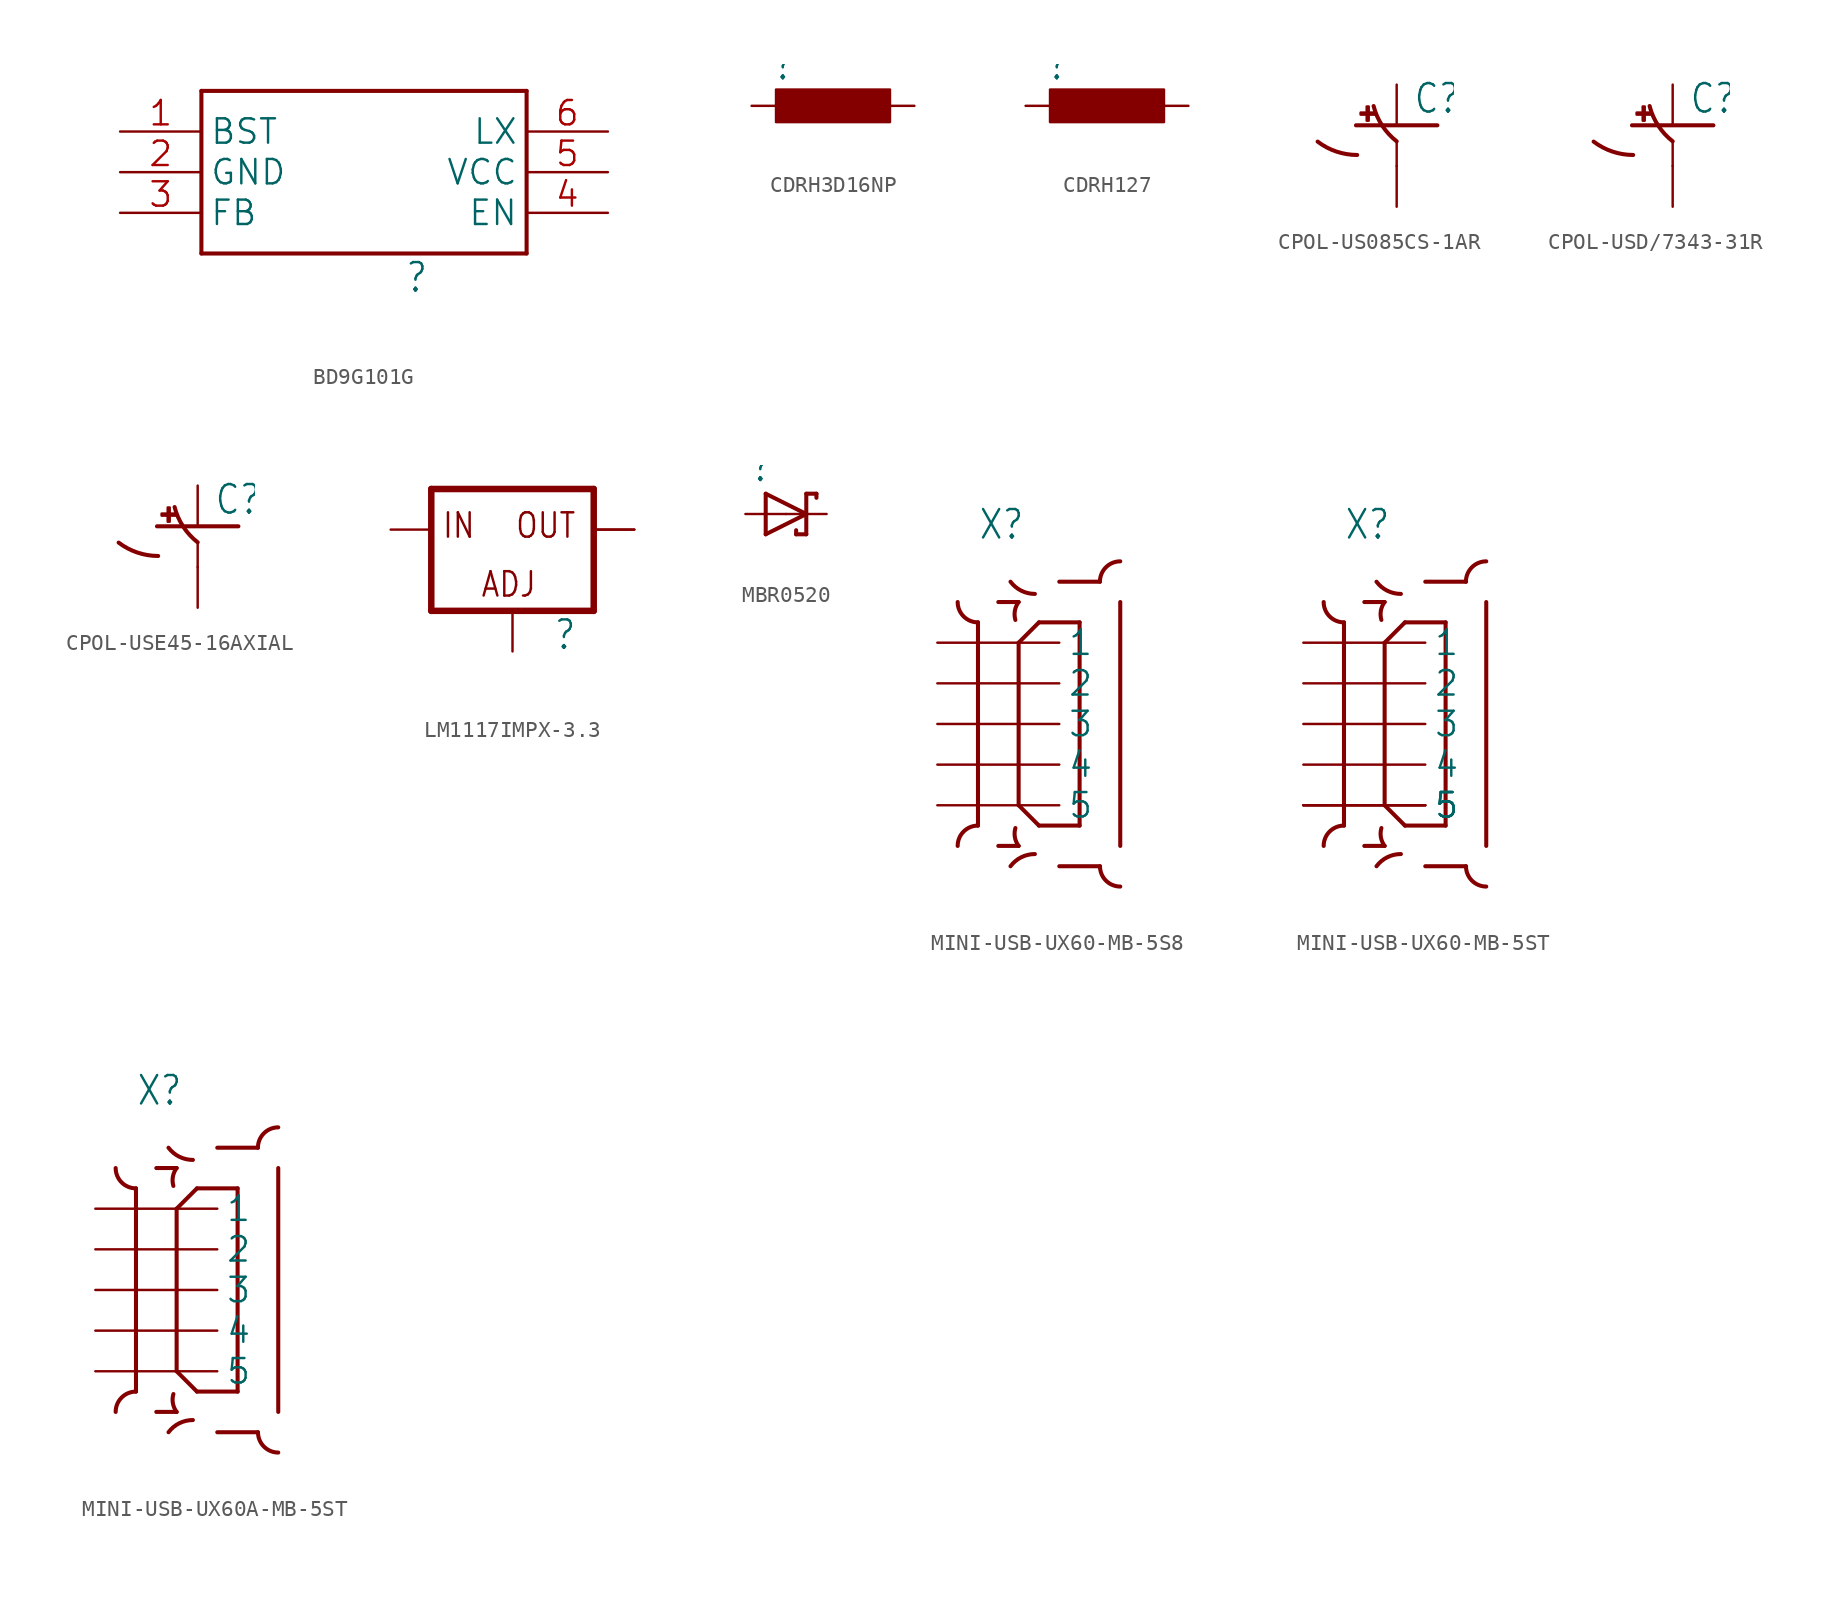
<source format=kicad_sym>
(kicad_symbol_lib
  (version 20241209)
  (generator "kicad_symbol_editor")
  (generator_version "9.0")
  (symbol "BD9G101G"
    (property "Reference" ""
      (at 2.54 -7.62 0)
      (effects (font (size 1.778 1.511)) (justify left bottom)))
    (property "Value" ""
      (at 2.54 -10.16 0)
      (effects (font (size 1.778 1.511)) (justify left bottom)))
    (property "ki_locked" ""
      (at 0 0 0)
      (effects (font (size 1.27 1.27))))
    (symbol "BD9G101G_1_0"
      (polyline (pts (xy -10.16 5.08) (xy 10.16 5.08)) (stroke (width 0.254) (type solid)) (fill (type none)))
      (polyline (pts (xy -10.16 -5.08) (xy -10.16 5.08)) (stroke (width 0.254) (type solid)) (fill (type none)))
      (polyline (pts (xy 10.16 5.08) (xy 10.16 -5.08)) (stroke (width 0.254) (type solid)) (fill (type none)))
      (polyline (pts (xy 10.16 -5.08) (xy -10.16 -5.08)) (stroke (width 0.254) (type solid)) (fill (type none)))
      (pin input line (at -15.24 2.54 0) (length 5.08) (name "BST" (effects (font (size 1.524 1.524)))) (number "1" (effects (font (size 1.524 1.524)))))
      (pin power_in line (at -15.24 0 0) (length 5.08) (name "GND" (effects (font (size 1.524 1.524)))) (number "2" (effects (font (size 1.524 1.524)))))
      (pin input line (at -15.24 -2.54 0) (length 5.08) (name "FB" (effects (font (size 1.524 1.524)))) (number "3" (effects (font (size 1.524 1.524)))))
      (pin output line (at 15.24 2.54 180) (length 5.08) (name "LX" (effects (font (size 1.524 1.524)))) (number "6" (effects (font (size 1.524 1.524)))))
      (pin power_in line (at 15.24 0 180) (length 5.08) (name "VCC" (effects (font (size 1.524 1.524)))) (number "5" (effects (font (size 1.524 1.524)))))
      (pin input line (at 15.24 -2.54 180) (length 5.08) (name "EN" (effects (font (size 1.524 1.524)))) (number "4" (effects (font (size 1.524 1.524)))))))
  (symbol "CDRH3D16NP"
    (property "Reference" ""
      (at -3.81 1.499 0)
      (effects (font (size 1.778 1.511)) (justify left bottom)))
    (property "Value" ""
      (at -3.81 -3.302 0)
      (effects (font (size 1.778 1.511)) (justify left bottom)))
    (property "ki_locked" ""
      (at 0 0 0)
      (effects (font (size 1.27 1.27))))
    (symbol "CDRH3D16NP_1_0"
      (rectangle (start -3.556 -1.016) (end 3.556 1.016) (stroke (width 0) (type default)) (fill (type outline)))
      (pin passive line (at -5.08 0 0) (length 2.54) (name "1" (effects (font (size 0 0)))) (number "P$1" (effects (font (size 0 0)))))
      (pin passive line (at 5.08 0 180) (length 2.54) (name "2" (effects (font (size 0 0)))) (number "P$2" (effects (font (size 0 0)))))))
  (symbol "CDRH127"
    (property "Reference" ""
      (at -3.81 1.499 0)
      (effects (font (size 1.778 1.511)) (justify left bottom)))
    (property "Value" ""
      (at -3.81 -3.302 0)
      (effects (font (size 1.778 1.511)) (justify left bottom)))
    (property "ki_locked" ""
      (at 0 0 0)
      (effects (font (size 1.27 1.27))))
    (symbol "CDRH127_1_0"
      (rectangle (start -3.556 -1.016) (end 3.556 1.016) (stroke (width 0) (type default)) (fill (type outline)))
      (pin passive line (at -5.08 0 0) (length 2.54) (name "1" (effects (font (size 0 0)))) (number "P$1" (effects (font (size 0 0)))))
      (pin passive line (at 5.08 0 180) (length 2.54) (name "2" (effects (font (size 0 0)))) (number "P$2" (effects (font (size 0 0)))))))
  (symbol "CPOL-US085CS-1AR"
    (property "Reference" "C"
      (at 1.016 0.635 0)
      (effects (font (size 1.778 1.511)) (justify left bottom)))
    (property "Value" ""
      (at 1.016 -4.191 0)
      (effects (font (size 1.778 1.511)) (justify left bottom)))
    (property "ki_locked" ""
      (at 0 0 0)
      (effects (font (size 1.27 1.27))))
    (symbol "CPOL-US085CS-1AR_1_0"
      (polyline (pts (xy -2.54 0) (xy 2.54 0)) (stroke (width 0.254) (type solid)) (fill (type none)))
      (arc (start -2.4669 -1.8504) (mid -3.7689 -1.6361) (end -4.9337 -1.0159) (stroke (width 0.254) (type solid)) (fill (type none)))
      (rectangle (start -2.253 0.668) (end -1.364 0.795) (stroke (width 0) (type default)) (fill (type outline)))
      (rectangle (start -1.872 0.287) (end -1.745 1.176) (stroke (width 0) (type default)) (fill (type outline)))
      (polyline (pts (xy 0 -1.016) (xy 0 -2.54)) (stroke (width 0.152) (type solid)) (fill (type none)))
      (arc (start 0 -1) (mid -0.9038 -0.0189) (end -1.4403 1.2025) (stroke (width 0.254) (type solid)) (fill (type none)))
      (pin passive line (at 0 2.54 270) (length 2.54) (name "+" (effects (font (size 0 0)))) (number "+" (effects (font (size 0 0)))))
      (pin passive line (at 0 -5.08 90) (length 2.54) (name "-" (effects (font (size 0 0)))) (number "-" (effects (font (size 0 0)))))))
  (symbol "CPOL-USD/7343-31R"
    (property "Reference" "C"
      (at 1.016 0.635 0)
      (effects (font (size 1.778 1.511)) (justify left bottom)))
    (property "Value" ""
      (at 1.016 -4.191 0)
      (effects (font (size 1.778 1.511)) (justify left bottom)))
    (property "ki_locked" ""
      (at 0 0 0)
      (effects (font (size 1.27 1.27))))
    (symbol "CPOL-USD/7343-31R_1_0"
      (polyline (pts (xy -2.54 0) (xy 2.54 0)) (stroke (width 0.254) (type solid)) (fill (type none)))
      (arc (start -2.4669 -1.8504) (mid -3.7689 -1.6361) (end -4.9337 -1.0159) (stroke (width 0.254) (type solid)) (fill (type none)))
      (rectangle (start -2.253 0.668) (end -1.364 0.795) (stroke (width 0) (type default)) (fill (type outline)))
      (rectangle (start -1.872 0.287) (end -1.745 1.176) (stroke (width 0) (type default)) (fill (type outline)))
      (polyline (pts (xy 0 -1.016) (xy 0 -2.54)) (stroke (width 0.152) (type solid)) (fill (type none)))
      (arc (start 0 -1) (mid -0.9038 -0.0189) (end -1.4403 1.2025) (stroke (width 0.254) (type solid)) (fill (type none)))
      (pin passive line (at 0 2.54 270) (length 2.54) (name "+" (effects (font (size 0 0)))) (number "+" (effects (font (size 0 0)))))
      (pin passive line (at 0 -5.08 90) (length 2.54) (name "-" (effects (font (size 0 0)))) (number "-" (effects (font (size 0 0)))))))
  (symbol "CPOL-USE45-16AXIAL"
    (property "Reference" "C"
      (at 1.016 0.635 0)
      (effects (font (size 1.778 1.511)) (justify left bottom)))
    (property "Value" ""
      (at 1.016 -4.191 0)
      (effects (font (size 1.778 1.511)) (justify left bottom)))
    (property "ki_locked" ""
      (at 0 0 0)
      (effects (font (size 1.27 1.27))))
    (symbol "CPOL-USE45-16AXIAL_1_0"
      (polyline (pts (xy -2.54 0) (xy 2.54 0)) (stroke (width 0.254) (type solid)) (fill (type none)))
      (arc (start -2.4669 -1.8504) (mid -3.7689 -1.6361) (end -4.9337 -1.0159) (stroke (width 0.254) (type solid)) (fill (type none)))
      (rectangle (start -2.253 0.668) (end -1.364 0.795) (stroke (width 0) (type default)) (fill (type outline)))
      (rectangle (start -1.872 0.287) (end -1.745 1.176) (stroke (width 0) (type default)) (fill (type outline)))
      (polyline (pts (xy 0 -1.016) (xy 0 -2.54)) (stroke (width 0.152) (type solid)) (fill (type none)))
      (arc (start 0 -1) (mid -0.9038 -0.0189) (end -1.4403 1.2025) (stroke (width 0.254) (type solid)) (fill (type none)))
      (pin passive line (at 0 2.54 270) (length 2.54) (name "+" (effects (font (size 0 0)))) (number "+" (effects (font (size 0 0)))))
      (pin passive line (at 0 -5.08 90) (length 2.54) (name "-" (effects (font (size 0 0)))) (number "-" (effects (font (size 0 0)))))))
  (symbol "LM1117IMPX-3.3"
    (property "Reference" ""
      (at 2.54 -7.62 0)
      (effects (font (size 1.778 1.511)) (justify left bottom)))
    (property "Value" ""
      (at 2.54 -10.16 0)
      (effects (font (size 1.778 1.511)) (justify left bottom)))
    (property "ki_locked" ""
      (at 0 0 0)
      (effects (font (size 1.27 1.27))))
    (symbol "LM1117IMPX-3.3_1_0"
      (polyline (pts (xy -5.08 2.54) (xy -5.08 -5.08)) (stroke (width 0.406) (type solid)) (fill (type none)))
      (polyline (pts (xy -5.08 -5.08) (xy 5.08 -5.08)) (stroke (width 0.406) (type solid)) (fill (type none)))
      (polyline (pts (xy 5.08 2.54) (xy -5.08 2.54)) (stroke (width 0.406) (type solid)) (fill (type none)))
      (polyline (pts (xy 5.08 -5.08) (xy 5.08 2.54)) (stroke (width 0.406) (type solid)) (fill (type none)))
      (text "IN" (at -4.445 -0.635 0) (effects (font (size 1.524 1.295)) (justify left bottom)))
      (text "ADJ" (at -2.032 -4.318 0) (effects (font (size 1.524 1.295)) (justify left bottom)))
      (text "OUT" (at 0.127 -0.635 0) (effects (font (size 1.524 1.295)) (justify left bottom)))
      (pin input line (at -7.62 0 0) (length 2.54) (name "IN" (effects (font (size 0 0)))) (number "3" (effects (font (size 0 0)))))
      (pin input line (at 0 -7.62 90) (length 2.54) (name "ADJ" (effects (font (size 0 0)))) (number "1" (effects (font (size 0 0)))))
      (pin passive line (at 7.62 0 180) (length 2.54) (name "OUT" (effects (font (size 0 0)))) (number "2" (effects (font (size 0 0)))))
      (pin passive line (at 7.62 0 180) (length 2.54) (name "OUT" (effects (font (size 0 0)))) (number "4" (effects (font (size 0 0)))))))
  (symbol "MBR0520"
    (property "Reference" ""
      (at -2.286 1.905 0)
      (effects (font (size 1.778 1.511)) (justify left bottom)))
    (property "Value" ""
      (at -2.286 -3.429 0)
      (effects (font (size 1.778 1.511)) (justify left bottom)))
    (property "ki_locked" ""
      (at 0 0 0)
      (effects (font (size 1.27 1.27))))
    (symbol "MBR0520_1_0"
      (polyline (pts (xy -1.27 1.27) (xy -1.27 -1.27)) (stroke (width 0.254) (type solid)) (fill (type none)))
      (polyline (pts (xy -1.27 -1.27) (xy 1.27 0)) (stroke (width 0.254) (type solid)) (fill (type none)))
      (polyline (pts (xy 0.635 -1.016) (xy 0.635 -1.27)) (stroke (width 0.254) (type solid)) (fill (type none)))
      (polyline (pts (xy 1.27 1.27) (xy 1.27 0)) (stroke (width 0.254) (type solid)) (fill (type none)))
      (polyline (pts (xy 1.27 0) (xy -1.27 1.27)) (stroke (width 0.254) (type solid)) (fill (type none)))
      (polyline (pts (xy 1.27 0) (xy 1.27 -1.27)) (stroke (width 0.254) (type solid)) (fill (type none)))
      (polyline (pts (xy 1.27 -1.27) (xy 0.635 -1.27)) (stroke (width 0.254) (type solid)) (fill (type none)))
      (polyline (pts (xy 1.905 1.27) (xy 1.27 1.27)) (stroke (width 0.254) (type solid)) (fill (type none)))
      (polyline (pts (xy 1.905 1.27) (xy 1.905 1.016)) (stroke (width 0.254) (type solid)) (fill (type none)))
      (pin passive line (at -2.54 0 0) (length 2.54) (name "A" (effects (font (size 0 0)))) (number "A" (effects (font (size 0 0)))))
      (pin passive line (at 2.54 0 180) (length 2.54) (name "C" (effects (font (size 0 0)))) (number "C" (effects (font (size 0 0)))))))
  (symbol "MINI-USB-UX60-MB-5S8"
    (property "Reference" "X"
      (at -2.54 11.43 0)
      (effects (font (size 1.778 1.511)) (justify left bottom)))
    (property "Value" ""
      (at 10.16 -7.62 90)
      (effects (font (size 1.778 1.511)) (justify left bottom)))
    (property "ki_locked" ""
      (at 0 0 0)
      (effects (font (size 1.27 1.27))))
    (symbol "MINI-USB-UX60-MB-5S8_1_0"
      (arc (start -2.54 6.35) (mid -3.438 6.722) (end -3.81 7.62) (stroke (width 0.254) (type solid)) (fill (type none)))
      (polyline (pts (xy -2.54 6.35) (xy -2.54 -6.35)) (stroke (width 0.254) (type solid)) (fill (type none)))
      (arc (start -3.81 -7.62) (mid -3.438 -6.722) (end -2.54 -6.35) (stroke (width 0.254) (type solid)) (fill (type none)))
      (polyline (pts (xy -1.27 7.62) (xy 0 7.62)) (stroke (width 0.254) (type solid)) (fill (type none)))
      (polyline (pts (xy -1.27 -7.62) (xy 0 -7.62)) (stroke (width 0.254) (type solid)) (fill (type none)))
      (polyline (pts (xy 0 5.08) (xy 0 -5.08)) (stroke (width 0.254) (type solid)) (fill (type none)))
      (polyline (pts (xy 0 -5.08) (xy 1.27 -6.35)) (stroke (width 0.254) (type solid)) (fill (type none)))
      (arc (start 1.016 8.128) (mid 0.1641 8.3291) (end -0.508 8.8899) (stroke (width 0.254) (type solid)) (fill (type none)))
      (arc (start -0.508 -8.8899) (mid 0.1641 -8.3291) (end 1.016 -8.128) (stroke (width 0.254) (type solid)) (fill (type none)))
      (arc (start -0.2033 6.5024) (mid -0.2336 7.0852) (end 0 7.62) (stroke (width 0.254) (type solid)) (fill (type none)))
      (arc (start 0 -7.62) (mid -0.2336 -7.0852) (end -0.2033 -6.5024) (stroke (width 0.254) (type solid)) (fill (type none)))
      (polyline (pts (xy 1.27 6.35) (xy 0 5.08)) (stroke (width 0.254) (type solid)) (fill (type none)))
      (polyline (pts (xy 1.27 -6.35) (xy 3.81 -6.35)) (stroke (width 0.254) (type solid)) (fill (type none)))
      (polyline (pts (xy 2.54 8.89) (xy 5.08 8.89)) (stroke (width 0.254) (type solid)) (fill (type none)))
      (polyline (pts (xy 2.54 -8.89) (xy 5.08 -8.89)) (stroke (width 0.254) (type solid)) (fill (type none)))
      (polyline (pts (xy 3.81 6.35) (xy 1.27 6.35)) (stroke (width 0.254) (type solid)) (fill (type none)))
      (polyline (pts (xy 3.81 -6.35) (xy 3.81 6.35)) (stroke (width 0.254) (type solid)) (fill (type none)))
      (arc (start 5.08 8.89) (mid 5.452 9.788) (end 6.35 10.16) (stroke (width 0.254) (type solid)) (fill (type none)))
      (polyline (pts (xy 6.35 -7.62) (xy 6.35 7.62)) (stroke (width 0.254) (type solid)) (fill (type none)))
      (arc (start 6.35 -10.16) (mid 5.452 -9.788) (end 5.08 -8.89) (stroke (width 0.254) (type solid)) (fill (type none)))
      (pin input line (at -5.08 5.08 0) (length 7.62) (name "1" (effects (font (size 1.524 1.524)))) (number "1" (effects (font (size 0 0)))))
      (pin input line (at -5.08 2.54 0) (length 7.62) (name "2" (effects (font (size 1.524 1.524)))) (number "2" (effects (font (size 0 0)))))
      (pin input line (at -5.08 0 0) (length 7.62) (name "3" (effects (font (size 1.524 1.524)))) (number "3" (effects (font (size 0 0)))))
      (pin input line (at -5.08 -2.54 0) (length 7.62) (name "4" (effects (font (size 1.524 1.524)))) (number "4" (effects (font (size 0 0)))))
      (pin input line (at -5.08 -5.08 0) (length 7.62) (name "5" (effects (font (size 1.524 1.524)))) (number "5" (effects (font (size 0 0)))))))
  (symbol "MINI-USB-UX60-MB-5ST"
    (property "Reference" "X"
      (at -2.54 11.43 0)
      (effects (font (size 1.778 1.511)) (justify left bottom)))
    (property "Value" ""
      (at 10.16 -7.62 90)
      (effects (font (size 1.778 1.511)) (justify left bottom)))
    (property "ki_locked" ""
      (at 0 0 0)
      (effects (font (size 1.27 1.27))))
    (symbol "MINI-USB-UX60-MB-5ST_1_0"
      (arc (start -2.54 6.35) (mid -3.438 6.722) (end -3.81 7.62) (stroke (width 0.254) (type solid)) (fill (type none)))
      (polyline (pts (xy -2.54 6.35) (xy -2.54 -6.35)) (stroke (width 0.254) (type solid)) (fill (type none)))
      (arc (start -3.81 -7.62) (mid -3.438 -6.722) (end -2.54 -6.35) (stroke (width 0.254) (type solid)) (fill (type none)))
      (polyline (pts (xy -1.27 7.62) (xy 0 7.62)) (stroke (width 0.254) (type solid)) (fill (type none)))
      (polyline (pts (xy -1.27 -7.62) (xy 0 -7.62)) (stroke (width 0.254) (type solid)) (fill (type none)))
      (polyline (pts (xy 0 5.08) (xy 0 -5.08)) (stroke (width 0.254) (type solid)) (fill (type none)))
      (polyline (pts (xy 0 -5.08) (xy 1.27 -6.35)) (stroke (width 0.254) (type solid)) (fill (type none)))
      (arc (start 1.016 8.128) (mid 0.1641 8.3291) (end -0.508 8.8899) (stroke (width 0.254) (type solid)) (fill (type none)))
      (arc (start -0.508 -8.8899) (mid 0.1641 -8.3291) (end 1.016 -8.128) (stroke (width 0.254) (type solid)) (fill (type none)))
      (arc (start -0.2033 6.5024) (mid -0.2336 7.0852) (end 0 7.62) (stroke (width 0.254) (type solid)) (fill (type none)))
      (arc (start 0 -7.62) (mid -0.2336 -7.0852) (end -0.2033 -6.5024) (stroke (width 0.254) (type solid)) (fill (type none)))
      (polyline (pts (xy 1.27 6.35) (xy 0 5.08)) (stroke (width 0.254) (type solid)) (fill (type none)))
      (polyline (pts (xy 1.27 -6.35) (xy 3.81 -6.35)) (stroke (width 0.254) (type solid)) (fill (type none)))
      (polyline (pts (xy 2.54 8.89) (xy 5.08 8.89)) (stroke (width 0.254) (type solid)) (fill (type none)))
      (polyline (pts (xy 2.54 -8.89) (xy 5.08 -8.89)) (stroke (width 0.254) (type solid)) (fill (type none)))
      (polyline (pts (xy 3.81 6.35) (xy 1.27 6.35)) (stroke (width 0.254) (type solid)) (fill (type none)))
      (polyline (pts (xy 3.81 -6.35) (xy 3.81 6.35)) (stroke (width 0.254) (type solid)) (fill (type none)))
      (arc (start 5.08 8.89) (mid 5.452 9.788) (end 6.35 10.16) (stroke (width 0.254) (type solid)) (fill (type none)))
      (polyline (pts (xy 6.35 -7.62) (xy 6.35 7.62)) (stroke (width 0.254) (type solid)) (fill (type none)))
      (arc (start 6.35 -10.16) (mid 5.452 -9.788) (end 5.08 -8.89) (stroke (width 0.254) (type solid)) (fill (type none)))
      (pin input line (at -5.08 5.08 0) (length 7.62) (name "1" (effects (font (size 1.524 1.524)))) (number "1" (effects (font (size 0 0)))))
      (pin input line (at -5.08 2.54 0) (length 7.62) (name "2" (effects (font (size 1.524 1.524)))) (number "2" (effects (font (size 0 0)))))
      (pin input line (at -5.08 0 0) (length 7.62) (name "3" (effects (font (size 1.524 1.524)))) (number "3" (effects (font (size 0 0)))))
      (pin input line (at -5.08 -2.54 0) (length 7.62) (name "4" (effects (font (size 1.524 1.524)))) (number "4" (effects (font (size 0 0)))))
      (pin input line (at -5.08 -5.08 0) (length 7.62) (name "5" (effects (font (size 1.524 1.524)))) (number "5" (effects (font (size 0 0)))))
      (pin input line (at -5.08 -5.08 0) (length 7.62) (name "5" (effects (font (size 1.524 1.524)))) (number "M1" (effects (font (size 0 0)))))
      (pin input line (at -5.08 -5.08 0) (length 7.62) (name "5" (effects (font (size 1.524 1.524)))) (number "M2" (effects (font (size 0 0)))))))
  (symbol "MINI-USB-UX60A-MB-5ST"
    (property "Reference" "X"
      (at -2.54 11.43 0)
      (effects (font (size 1.778 1.511)) (justify left bottom)))
    (property "Value" ""
      (at 10.16 -7.62 90)
      (effects (font (size 1.778 1.511)) (justify left bottom)))
    (property "ki_locked" ""
      (at 0 0 0)
      (effects (font (size 1.27 1.27))))
    (symbol "MINI-USB-UX60A-MB-5ST_1_0"
      (arc (start -2.54 6.35) (mid -3.438 6.722) (end -3.81 7.62) (stroke (width 0.254) (type solid)) (fill (type none)))
      (polyline (pts (xy -2.54 6.35) (xy -2.54 -6.35)) (stroke (width 0.254) (type solid)) (fill (type none)))
      (arc (start -3.81 -7.62) (mid -3.438 -6.722) (end -2.54 -6.35) (stroke (width 0.254) (type solid)) (fill (type none)))
      (polyline (pts (xy -1.27 7.62) (xy 0 7.62)) (stroke (width 0.254) (type solid)) (fill (type none)))
      (polyline (pts (xy -1.27 -7.62) (xy 0 -7.62)) (stroke (width 0.254) (type solid)) (fill (type none)))
      (polyline (pts (xy 0 5.08) (xy 0 -5.08)) (stroke (width 0.254) (type solid)) (fill (type none)))
      (polyline (pts (xy 0 -5.08) (xy 1.27 -6.35)) (stroke (width 0.254) (type solid)) (fill (type none)))
      (arc (start 1.016 8.128) (mid 0.1641 8.3291) (end -0.508 8.8899) (stroke (width 0.254) (type solid)) (fill (type none)))
      (arc (start -0.508 -8.8899) (mid 0.1641 -8.3291) (end 1.016 -8.128) (stroke (width 0.254) (type solid)) (fill (type none)))
      (arc (start -0.2033 6.5024) (mid -0.2336 7.0852) (end 0 7.62) (stroke (width 0.254) (type solid)) (fill (type none)))
      (arc (start 0 -7.62) (mid -0.2336 -7.0852) (end -0.2033 -6.5024) (stroke (width 0.254) (type solid)) (fill (type none)))
      (polyline (pts (xy 1.27 6.35) (xy 0 5.08)) (stroke (width 0.254) (type solid)) (fill (type none)))
      (polyline (pts (xy 1.27 -6.35) (xy 3.81 -6.35)) (stroke (width 0.254) (type solid)) (fill (type none)))
      (polyline (pts (xy 2.54 8.89) (xy 5.08 8.89)) (stroke (width 0.254) (type solid)) (fill (type none)))
      (polyline (pts (xy 2.54 -8.89) (xy 5.08 -8.89)) (stroke (width 0.254) (type solid)) (fill (type none)))
      (polyline (pts (xy 3.81 6.35) (xy 1.27 6.35)) (stroke (width 0.254) (type solid)) (fill (type none)))
      (polyline (pts (xy 3.81 -6.35) (xy 3.81 6.35)) (stroke (width 0.254) (type solid)) (fill (type none)))
      (arc (start 5.08 8.89) (mid 5.452 9.788) (end 6.35 10.16) (stroke (width 0.254) (type solid)) (fill (type none)))
      (polyline (pts (xy 6.35 -7.62) (xy 6.35 7.62)) (stroke (width 0.254) (type solid)) (fill (type none)))
      (arc (start 6.35 -10.16) (mid 5.452 -9.788) (end 5.08 -8.89) (stroke (width 0.254) (type solid)) (fill (type none)))
      (pin input line (at -5.08 5.08 0) (length 7.62) (name "1" (effects (font (size 1.524 1.524)))) (number "1" (effects (font (size 0 0)))))
      (pin input line (at -5.08 2.54 0) (length 7.62) (name "2" (effects (font (size 1.524 1.524)))) (number "2" (effects (font (size 0 0)))))
      (pin input line (at -5.08 0 0) (length 7.62) (name "3" (effects (font (size 1.524 1.524)))) (number "3" (effects (font (size 0 0)))))
      (pin input line (at -5.08 -2.54 0) (length 7.62) (name "4" (effects (font (size 1.524 1.524)))) (number "4" (effects (font (size 0 0)))))
      (pin input line (at -5.08 -5.08 0) (length 7.62) (name "5" (effects (font (size 1.524 1.524)))) (number "5" (effects (font (size 0 0))))))))
</source>
